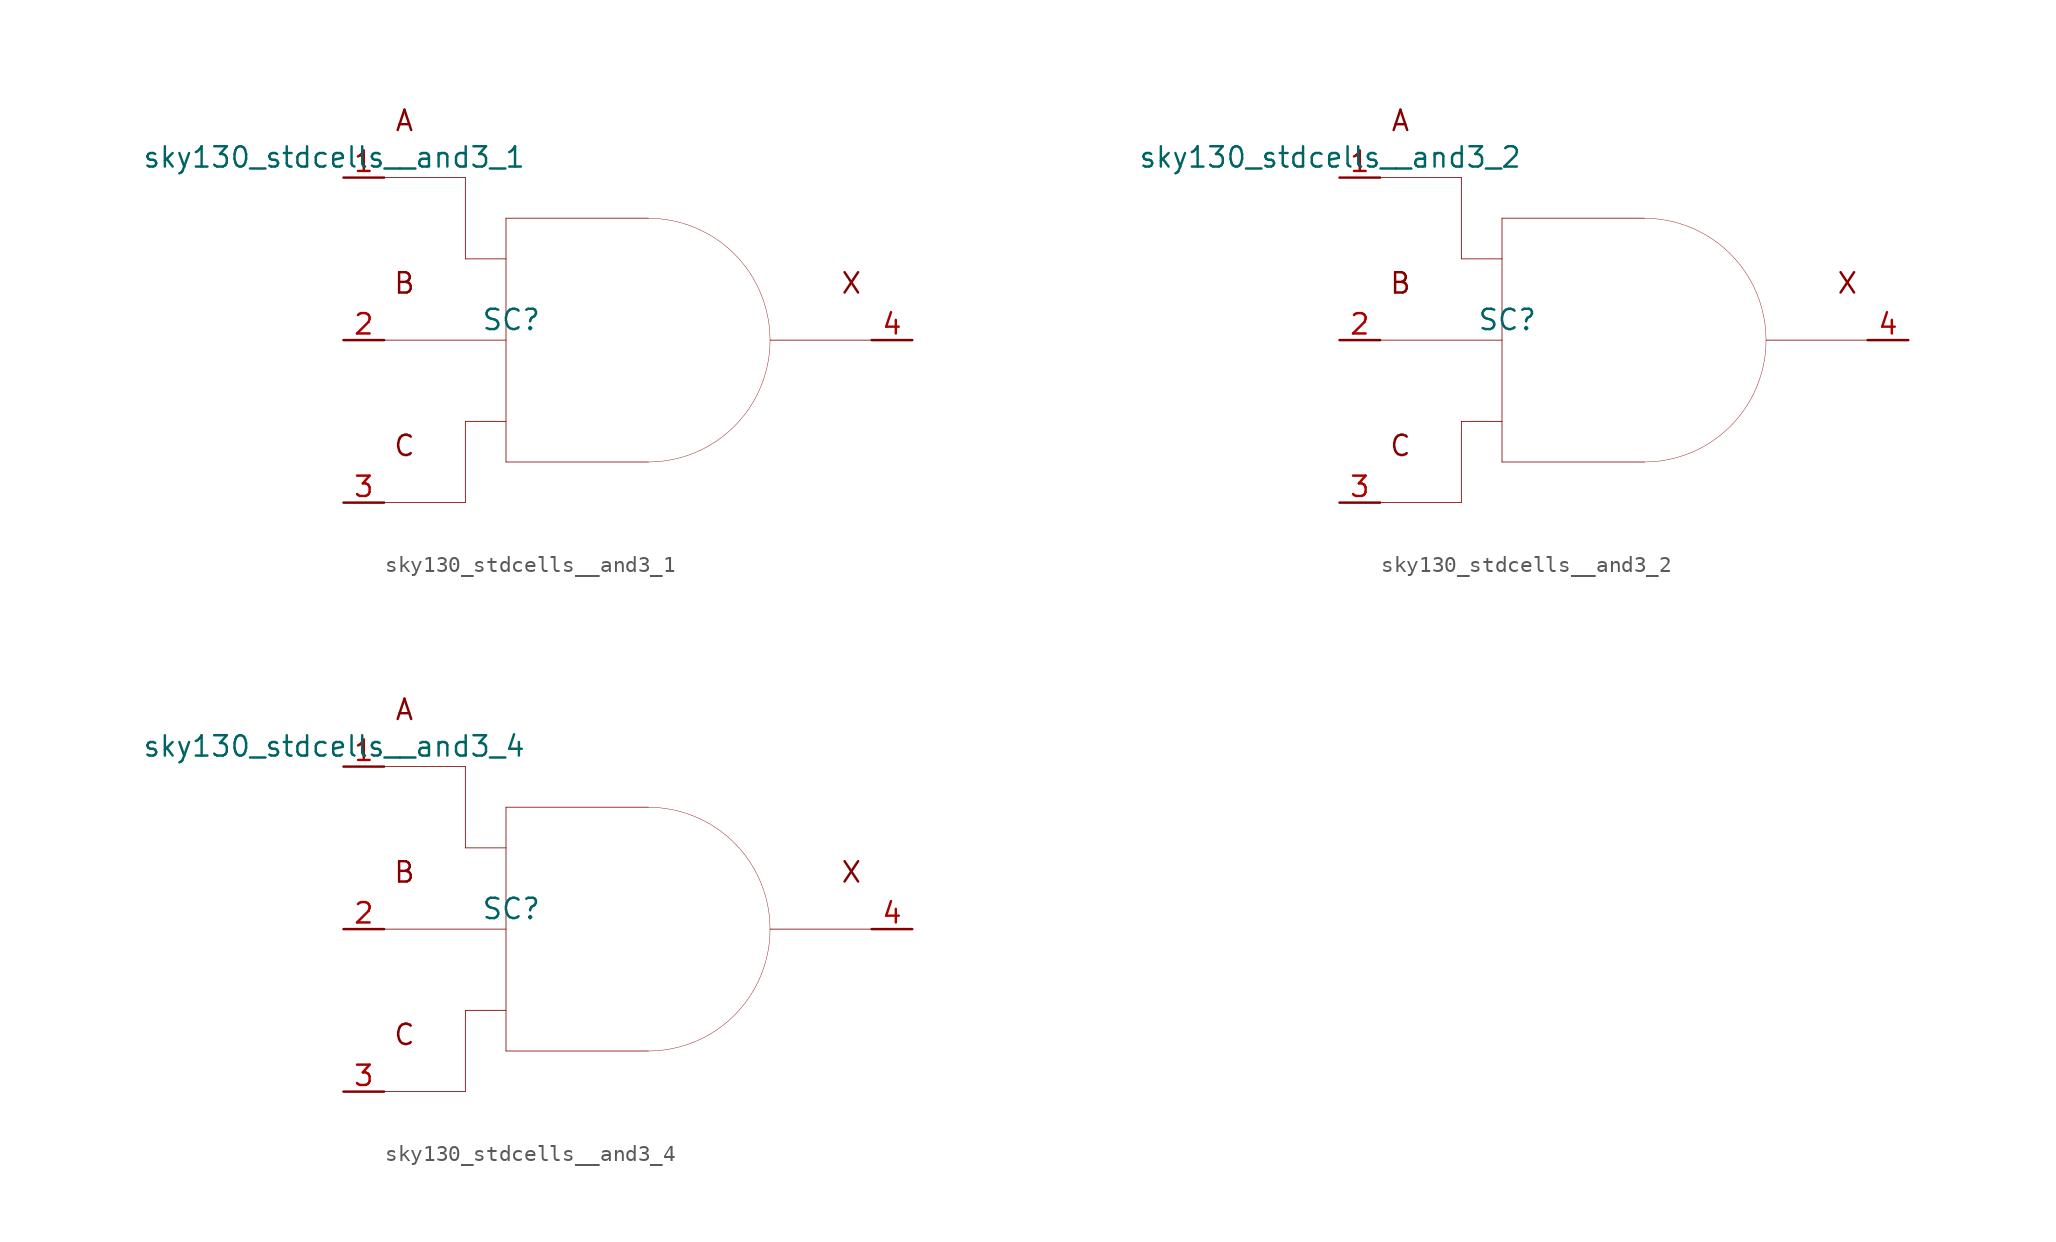
<source format=kicad_sym>
(kicad_symbol_lib
  (version 20211014)
  (generator kicad_symbol_editor)
  (symbol "sky130_stdcells__and3_1"
    (pin_names hide)
    (property "Reference" "SC"
      (at -7.29 1.27 0)
      (effects (font (size 1.27 1.27))))
    (property "Value" "sky130_stdcells__and3_1"
      (at -6.35 11.43 0)
      (effects (font (size 1.27 1.27)) (justify right)))
    (symbol "sky130_stdcells__and3_1_0_0"
      (polyline (pts (xy -15.24 -10.16) (xy -10.16 -10.16)) (stroke (width 0.051) (type default) (color 0 0 0 0)) (fill (type none)))
      (polyline (pts (xy -15.24 0) (xy -7.62 0)) (stroke (width 0.051) (type default) (color 0 0 0 0)) (fill (type none)))
      (polyline (pts (xy -15.24 10.16) (xy -10.16 10.16)) (stroke (width 0.051) (type default) (color 0 0 0 0)) (fill (type none)))
      (polyline (pts (xy -10.16 -5.08) (xy -10.16 -10.16)) (stroke (width 0.051) (type default) (color 0 0 0 0)) (fill (type none)))
      (polyline (pts (xy -10.16 -5.08) (xy -7.62 -5.08)) (stroke (width 0.051) (type default) (color 0 0 0 0)) (fill (type none)))
      (polyline (pts (xy -10.16 5.08) (xy -7.62 5.08)) (stroke (width 0.051) (type default) (color 0 0 0 0)) (fill (type none)))
      (polyline (pts (xy -10.16 10.16) (xy -10.16 5.08)) (stroke (width 0.051) (type default) (color 0 0 0 0)) (fill (type none)))
      (polyline (pts (xy -7.62 -7.62) (xy 1.27 -7.62)) (stroke (width 0.051) (type default) (color 0 0 0 0)) (fill (type none)))
      (polyline (pts (xy -7.62 7.62) (xy -7.62 -7.62)) (stroke (width 0.051) (type default) (color 0 0 0 0)) (fill (type none)))
      (polyline (pts (xy -7.62 7.62) (xy 1.27 7.62)) (stroke (width 0.051) (type default) (color 0 0 0 0)) (fill (type none)))
      (polyline (pts (xy 8.89 0) (xy 15.24 0)) (stroke (width 0.051) (type default) (color 0 0 0 0)) (fill (type none)))
      (arc (start 1.27 -7.62) (mid 3.2422 -7.3604) (end 5.08 -6.5991) (stroke (width 0.0254) (type default) (color 0 0 0 0)) (fill (type none)))
      (arc (start 5.08 -6.5991) (mid 6.6581 -5.3881) (end 7.8691 -3.81) (stroke (width 0.0254) (type default) (color 0 0 0 0)) (fill (type none)))
      (arc (start 5.08 6.5991) (mid 3.2422 7.3603) (end 1.27 7.62) (stroke (width 0.0254) (type default) (color 0 0 0 0)) (fill (type none)))
      (arc (start 7.8691 -3.81) (mid 8.6303 -1.9722) (end 8.89 0) (stroke (width 0.0254) (type default) (color 0 0 0 0)) (fill (type none)))
      (arc (start 7.8691 3.81) (mid 6.6581 5.3881) (end 5.08 6.5991) (stroke (width 0.0254) (type default) (color 0 0 0 0)) (fill (type none)))
      (arc (start 8.89 0) (mid 8.6304 1.9722) (end 7.8691 3.81) (stroke (width 0.0254) (type default) (color 0 0 0 0)) (fill (type none)))
      (text "A" (at -13.97 13.716 0) (effects (font (size 1.27 1.27))))
      (text "B" (at -13.97 3.556 0) (effects (font (size 1.27 1.27))))
      (text "C" (at -13.97 -6.604 0) (effects (font (size 1.27 1.27))))
      (text "X" (at 13.97 3.556 0) (effects (font (size 1.27 1.27)))))
    (symbol "sky130_stdcells__and3_1_1_1"
      (pin input line (at -17.78 10.16 0) (length 2.54) (name "A" (effects (font (size 1.092 1.092)))) (number "1" (effects (font (size 1.27 1.27)))))
      (pin input line (at -17.78 0 0) (length 2.54) (name "B" (effects (font (size 1.092 1.092)))) (number "2" (effects (font (size 1.27 1.27)))))
      (pin input line (at -17.78 -10.16 0) (length 2.54) (name "C" (effects (font (size 1.092 1.092)))) (number "3" (effects (font (size 1.27 1.27)))))
      (pin output line (at 17.78 0 180) (length 2.54) (name "X" (effects (font (size 1.092 1.092)))) (number "4" (effects (font (size 1.27 1.27)))))))
  (symbol "sky130_stdcells__and3_2"
    (pin_names hide)
    (property "Reference" "SC"
      (at -7.29 1.27 0)
      (effects (font (size 1.27 1.27))))
    (property "Value" "sky130_stdcells__and3_2"
      (at -6.35 11.43 0)
      (effects (font (size 1.27 1.27)) (justify right)))
    (symbol "sky130_stdcells__and3_2_0_0"
      (polyline (pts (xy -15.24 -10.16) (xy -10.16 -10.16)) (stroke (width 0.051) (type default) (color 0 0 0 0)) (fill (type none)))
      (polyline (pts (xy -15.24 0) (xy -7.62 0)) (stroke (width 0.051) (type default) (color 0 0 0 0)) (fill (type none)))
      (polyline (pts (xy -15.24 10.16) (xy -10.16 10.16)) (stroke (width 0.051) (type default) (color 0 0 0 0)) (fill (type none)))
      (polyline (pts (xy -10.16 -5.08) (xy -10.16 -10.16)) (stroke (width 0.051) (type default) (color 0 0 0 0)) (fill (type none)))
      (polyline (pts (xy -10.16 -5.08) (xy -7.62 -5.08)) (stroke (width 0.051) (type default) (color 0 0 0 0)) (fill (type none)))
      (polyline (pts (xy -10.16 5.08) (xy -7.62 5.08)) (stroke (width 0.051) (type default) (color 0 0 0 0)) (fill (type none)))
      (polyline (pts (xy -10.16 10.16) (xy -10.16 5.08)) (stroke (width 0.051) (type default) (color 0 0 0 0)) (fill (type none)))
      (polyline (pts (xy -7.62 -7.62) (xy 1.27 -7.62)) (stroke (width 0.051) (type default) (color 0 0 0 0)) (fill (type none)))
      (polyline (pts (xy -7.62 7.62) (xy -7.62 -7.62)) (stroke (width 0.051) (type default) (color 0 0 0 0)) (fill (type none)))
      (polyline (pts (xy -7.62 7.62) (xy 1.27 7.62)) (stroke (width 0.051) (type default) (color 0 0 0 0)) (fill (type none)))
      (polyline (pts (xy 8.89 0) (xy 15.24 0)) (stroke (width 0.051) (type default) (color 0 0 0 0)) (fill (type none)))
      (arc (start 1.27 -7.62) (mid 3.2422 -7.3604) (end 5.08 -6.5991) (stroke (width 0.0254) (type default) (color 0 0 0 0)) (fill (type none)))
      (arc (start 5.08 -6.5991) (mid 6.6581 -5.3881) (end 7.8691 -3.81) (stroke (width 0.0254) (type default) (color 0 0 0 0)) (fill (type none)))
      (arc (start 5.08 6.5991) (mid 3.2422 7.3603) (end 1.27 7.62) (stroke (width 0.0254) (type default) (color 0 0 0 0)) (fill (type none)))
      (arc (start 7.8691 -3.81) (mid 8.6303 -1.9722) (end 8.89 0) (stroke (width 0.0254) (type default) (color 0 0 0 0)) (fill (type none)))
      (arc (start 7.8691 3.81) (mid 6.6581 5.3881) (end 5.08 6.5991) (stroke (width 0.0254) (type default) (color 0 0 0 0)) (fill (type none)))
      (arc (start 8.89 0) (mid 8.6304 1.9722) (end 7.8691 3.81) (stroke (width 0.0254) (type default) (color 0 0 0 0)) (fill (type none)))
      (text "A" (at -13.97 13.716 0) (effects (font (size 1.27 1.27))))
      (text "B" (at -13.97 3.556 0) (effects (font (size 1.27 1.27))))
      (text "C" (at -13.97 -6.604 0) (effects (font (size 1.27 1.27))))
      (text "X" (at 13.97 3.556 0) (effects (font (size 1.27 1.27)))))
    (symbol "sky130_stdcells__and3_2_1_1"
      (pin input line (at -17.78 10.16 0) (length 2.54) (name "A" (effects (font (size 1.092 1.092)))) (number "1" (effects (font (size 1.27 1.27)))))
      (pin input line (at -17.78 0 0) (length 2.54) (name "B" (effects (font (size 1.092 1.092)))) (number "2" (effects (font (size 1.27 1.27)))))
      (pin input line (at -17.78 -10.16 0) (length 2.54) (name "C" (effects (font (size 1.092 1.092)))) (number "3" (effects (font (size 1.27 1.27)))))
      (pin output line (at 17.78 0 180) (length 2.54) (name "X" (effects (font (size 1.092 1.092)))) (number "4" (effects (font (size 1.27 1.27)))))))
  (symbol "sky130_stdcells__and3_4"
    (pin_names hide)
    (property "Reference" "SC"
      (at -7.29 1.27 0)
      (effects (font (size 1.27 1.27))))
    (property "Value" "sky130_stdcells__and3_4"
      (at -6.35 11.43 0)
      (effects (font (size 1.27 1.27)) (justify right)))
    (symbol "sky130_stdcells__and3_4_0_0"
      (polyline (pts (xy -15.24 -10.16) (xy -10.16 -10.16)) (stroke (width 0.051) (type default) (color 0 0 0 0)) (fill (type none)))
      (polyline (pts (xy -15.24 0) (xy -7.62 0)) (stroke (width 0.051) (type default) (color 0 0 0 0)) (fill (type none)))
      (polyline (pts (xy -15.24 10.16) (xy -10.16 10.16)) (stroke (width 0.051) (type default) (color 0 0 0 0)) (fill (type none)))
      (polyline (pts (xy -10.16 -5.08) (xy -10.16 -10.16)) (stroke (width 0.051) (type default) (color 0 0 0 0)) (fill (type none)))
      (polyline (pts (xy -10.16 -5.08) (xy -7.62 -5.08)) (stroke (width 0.051) (type default) (color 0 0 0 0)) (fill (type none)))
      (polyline (pts (xy -10.16 5.08) (xy -7.62 5.08)) (stroke (width 0.051) (type default) (color 0 0 0 0)) (fill (type none)))
      (polyline (pts (xy -10.16 10.16) (xy -10.16 5.08)) (stroke (width 0.051) (type default) (color 0 0 0 0)) (fill (type none)))
      (polyline (pts (xy -7.62 -7.62) (xy 1.27 -7.62)) (stroke (width 0.051) (type default) (color 0 0 0 0)) (fill (type none)))
      (polyline (pts (xy -7.62 7.62) (xy -7.62 -7.62)) (stroke (width 0.051) (type default) (color 0 0 0 0)) (fill (type none)))
      (polyline (pts (xy -7.62 7.62) (xy 1.27 7.62)) (stroke (width 0.051) (type default) (color 0 0 0 0)) (fill (type none)))
      (polyline (pts (xy 8.89 0) (xy 15.24 0)) (stroke (width 0.051) (type default) (color 0 0 0 0)) (fill (type none)))
      (arc (start 1.27 -7.62) (mid 3.2422 -7.3604) (end 5.08 -6.5991) (stroke (width 0.0254) (type default) (color 0 0 0 0)) (fill (type none)))
      (arc (start 5.08 -6.5991) (mid 6.6581 -5.3881) (end 7.8691 -3.81) (stroke (width 0.0254) (type default) (color 0 0 0 0)) (fill (type none)))
      (arc (start 5.08 6.5991) (mid 3.2422 7.3603) (end 1.27 7.62) (stroke (width 0.0254) (type default) (color 0 0 0 0)) (fill (type none)))
      (arc (start 7.8691 -3.81) (mid 8.6303 -1.9722) (end 8.89 0) (stroke (width 0.0254) (type default) (color 0 0 0 0)) (fill (type none)))
      (arc (start 7.8691 3.81) (mid 6.6581 5.3881) (end 5.08 6.5991) (stroke (width 0.0254) (type default) (color 0 0 0 0)) (fill (type none)))
      (arc (start 8.89 0) (mid 8.6304 1.9722) (end 7.8691 3.81) (stroke (width 0.0254) (type default) (color 0 0 0 0)) (fill (type none)))
      (text "A" (at -13.97 13.716 0) (effects (font (size 1.27 1.27))))
      (text "B" (at -13.97 3.556 0) (effects (font (size 1.27 1.27))))
      (text "C" (at -13.97 -6.604 0) (effects (font (size 1.27 1.27))))
      (text "X" (at 13.97 3.556 0) (effects (font (size 1.27 1.27)))))
    (symbol "sky130_stdcells__and3_4_1_1"
      (pin input line (at -17.78 10.16 0) (length 2.54) (name "A" (effects (font (size 1.092 1.092)))) (number "1" (effects (font (size 1.27 1.27)))))
      (pin input line (at -17.78 0 0) (length 2.54) (name "B" (effects (font (size 1.092 1.092)))) (number "2" (effects (font (size 1.27 1.27)))))
      (pin input line (at -17.78 -10.16 0) (length 2.54) (name "C" (effects (font (size 1.092 1.092)))) (number "3" (effects (font (size 1.27 1.27)))))
      (pin output line (at 17.78 0 180) (length 2.54) (name "X" (effects (font (size 1.092 1.092)))) (number "4" (effects (font (size 1.27 1.27))))))))
</source>
